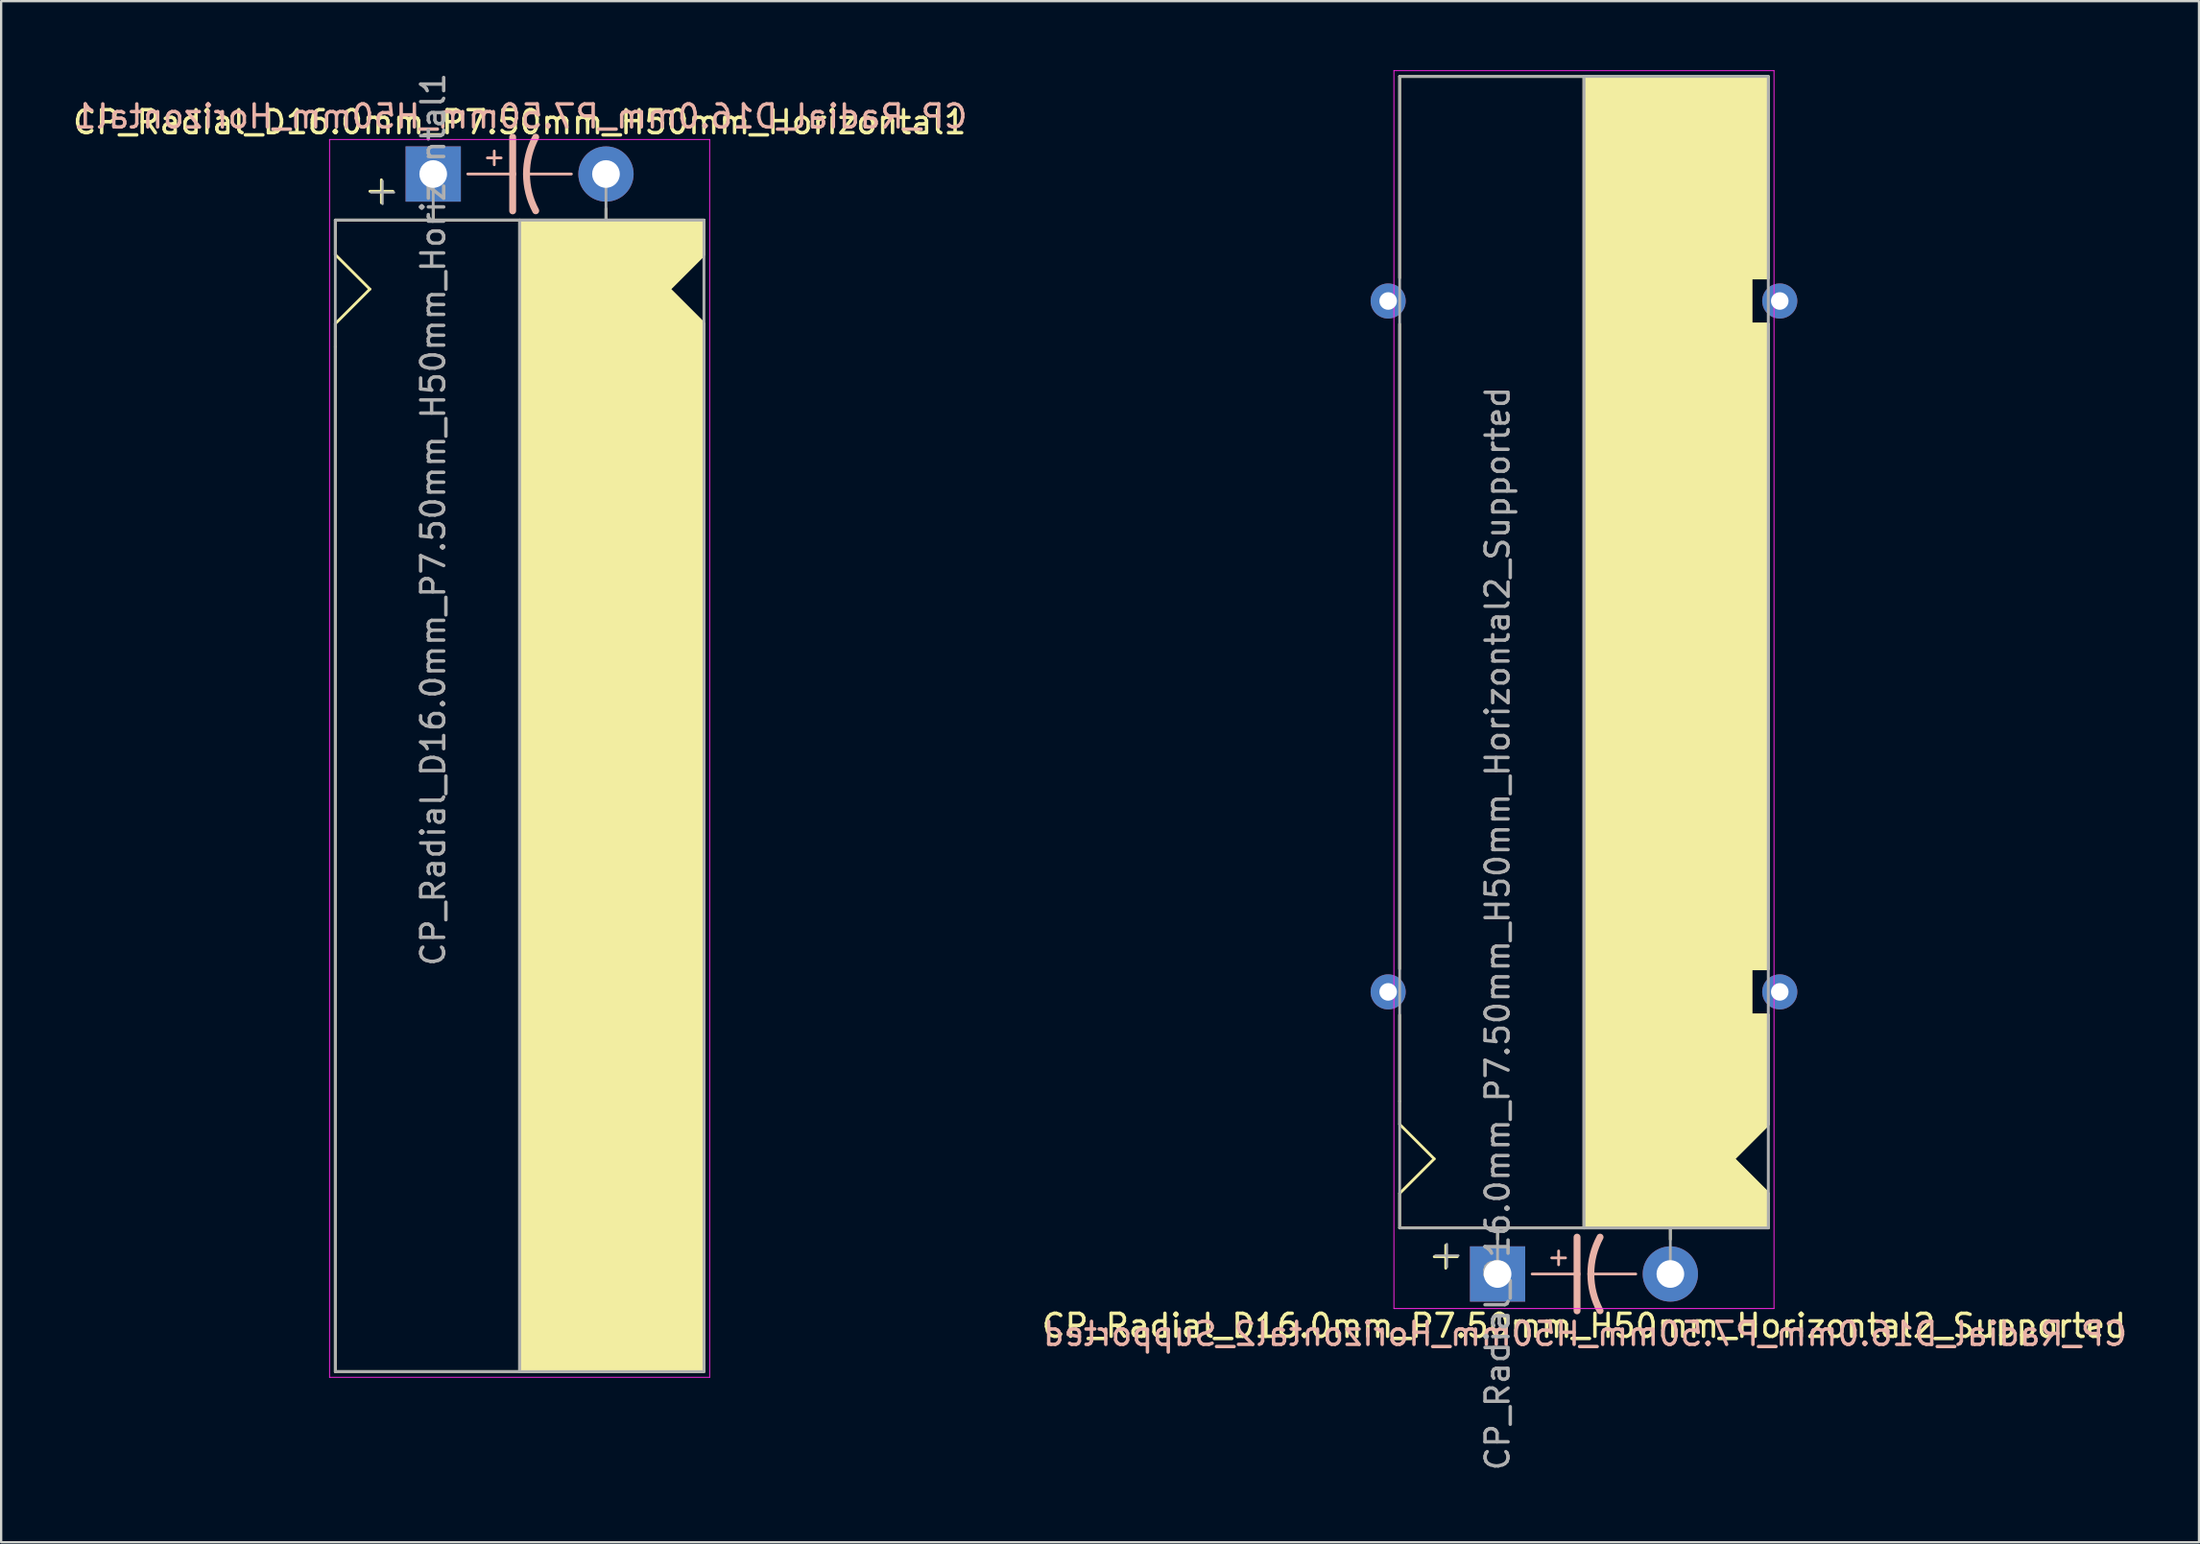
<source format=kicad_pcb>
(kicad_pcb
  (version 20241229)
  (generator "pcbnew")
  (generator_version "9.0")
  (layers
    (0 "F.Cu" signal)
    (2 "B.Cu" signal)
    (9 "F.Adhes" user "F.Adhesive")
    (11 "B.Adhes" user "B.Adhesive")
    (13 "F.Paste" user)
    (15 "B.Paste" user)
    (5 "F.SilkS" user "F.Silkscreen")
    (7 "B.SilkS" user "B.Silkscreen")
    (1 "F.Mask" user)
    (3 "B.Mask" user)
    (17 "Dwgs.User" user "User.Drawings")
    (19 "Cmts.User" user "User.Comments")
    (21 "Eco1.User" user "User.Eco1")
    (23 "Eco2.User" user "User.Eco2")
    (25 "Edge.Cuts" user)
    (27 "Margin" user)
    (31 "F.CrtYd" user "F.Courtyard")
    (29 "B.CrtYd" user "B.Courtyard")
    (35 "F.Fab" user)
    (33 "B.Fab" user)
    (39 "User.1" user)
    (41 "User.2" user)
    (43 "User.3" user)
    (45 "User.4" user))
  (footprint "CP_Radial_D16.0mm_P7.50mm_H50mm_Horizontal2_Supported"
    (layer "F.Cu")
    (at 61.961 52.27)
    (property "Reference" "CP_Radial_D16.0mm_P7.50mm_H50mm_Horizontal2_Supported" (at 3.75 2.25 0) (layer "F.SilkS") (effects (font (size 1 1) (thickness 0.15))))
    (fp_line (start -4.25 -43.25) (end -4.25 -52) (stroke (width 0.12) (type solid)) (layer "F.SilkS"))
    (fp_line (start -4.25 -41.25) (end -4.25 -13.25) (stroke (width 0.12) (type solid)) (layer "F.SilkS"))
    (fp_line (start -4.25 -7.5) (end -4.25 -11.25) (stroke (width 0.12) (type solid)) (layer "F.SilkS"))
    (fp_line (start -4.25 -6.5) (end -4.25 -7.5) (stroke (width 0.12) (type solid)) (layer "F.SilkS"))
    (fp_line (start -4.25 -3.5) (end -2.75 -5) (stroke (width 0.12) (type solid)) (layer "F.SilkS"))
    (fp_line (start -4.25 -2) (end -4.25 -3.5) (stroke (width 0.12) (type solid)) (layer "F.SilkS"))
    (fp_line (start -2.75 -5) (end -4.25 -6.5) (stroke (width 0.12) (type solid)) (layer "F.SilkS"))
    (fp_line (start -2.25 -1.25) (end -2.25 -0.25) (stroke (width 0.12) (type solid)) (layer "F.SilkS"))
    (fp_line (start -1.75 -0.75) (end -2.75 -0.75) (stroke (width 0.12) (type solid)) (layer "F.SilkS"))
    (fp_line (start 0 -1.5) (end 0 -2) (stroke (width 0.12) (type solid)) (layer "F.SilkS"))
    (fp_line (start 3.75 -2) (end -4.25 -2) (stroke (width 0.12) (type solid)) (layer "F.SilkS"))
    (fp_line (start 3.75 -2) (end 3.75 -52) (stroke (width 0.12) (type solid)) (layer "F.SilkS"))
    (fp_line (start 3.75 -2) (end 11.75 -2) (stroke (width 0.12) (type solid)) (layer "F.SilkS"))
    (fp_line (start 7.5 -1.5) (end 7.5 -2) (stroke (width 0.12) (type solid)) (layer "F.SilkS"))
    (fp_line (start 10.25 -5) (end 11.75 -6.5) (stroke (width 0.12) (type solid)) (layer "F.SilkS"))
    (fp_line (start 11 -43.25) (end 11 -41.25) (stroke (width 0.12) (type solid)) (layer "F.SilkS"))
    (fp_line (start 11 -41.25) (end 11.75 -41.25) (stroke (width 0.12) (type solid)) (layer "F.SilkS"))
    (fp_line (start 11 -13.25) (end 11 -11.25) (stroke (width 0.12) (type solid)) (layer "F.SilkS"))
    (fp_line (start 11 -11.25) (end 11.75 -11.25) (stroke (width 0.12) (type solid)) (layer "F.SilkS"))
    (fp_line (start 11.75 -52) (end -4.25 -52) (stroke (width 0.12) (type solid)) (layer "F.SilkS"))
    (fp_line (start 11.75 -52) (end 11.75 -43.25) (stroke (width 0.12) (type solid)) (layer "F.SilkS"))
    (fp_line (start 11.75 -43.25) (end 11 -43.25) (stroke (width 0.12) (type solid)) (layer "F.SilkS"))
    (fp_line (start 11.75 -13.25) (end 11 -13.25) (stroke (width 0.12) (type solid)) (layer "F.SilkS"))
    (fp_line (start 11.75 -13.25) (end 11.75 -41.25) (stroke (width 0.12) (type solid)) (layer "F.SilkS"))
    (fp_line (start 11.75 -11.25) (end 11.75 -6.5) (stroke (width 0.12) (type solid)) (layer "F.SilkS"))
    (fp_line (start 11.75 -3.5) (end 10.25 -5) (stroke (width 0.12) (type solid)) (layer "F.SilkS"))
    (fp_line (start 11.75 -2) (end 11.75 -3.5) (stroke (width 0.12) (type solid)) (layer "F.SilkS"))
    (fp_poly (pts (xy 11.75 -3.5) (xy 10.25 -5) (xy 11.75 -6.5) (xy 11.75 -11.25) (xy 11 -11.25) (xy 11 -13.25) (xy 11.75 -13.25) (xy 11.75 -41.25) (xy 11 -41.25) (xy 11 -43.25) (xy 11.75 -43.25) (xy 11.75 -52) (xy 3.75 -52) (xy 3.75 -2) (xy 11.75 -2)) (stroke (width 0.1) (type solid)) (fill yes) (layer "F.SilkS"))
    (fp_line (start 1.5 0) (end 3.45 0) (stroke (width 0.12) (type solid)) (layer "B.SilkS"))
    (fp_line (start 2.35 -0.7) (end 2.95 -0.7) (stroke (width 0.12) (type solid)) (layer "B.SilkS"))
    (fp_line (start 2.65 -0.4) (end 2.65 -1) (stroke (width 0.12) (type solid)) (layer "B.SilkS"))
    (fp_line (start 3.45 0) (end 3.45 -1.6) (stroke (width 0.3) (type solid)) (layer "B.SilkS"))
    (fp_line (start 3.45 0) (end 3.45 1.6) (stroke (width 0.3) (type solid)) (layer "B.SilkS"))
    (fp_line (start 6 0) (end 4.05 0) (stroke (width 0.12) (type solid)) (layer "B.SilkS"))
    (fp_arc (start 4.05 0) (mid 4.150512 -0.824872) (end 4.45 -1.6) (stroke (width 0.3) (type solid)) (layer "B.SilkS"))
    (fp_arc (start 4.45 1.596157) (mid 4.151652 0.822725) (end 4.05 0) (stroke (width 0.3) (type solid)) (layer "B.SilkS"))
    (fp_line (start -4.5 -52.25) (end -4.5 1.5) (stroke (width 0.04) (type solid)) (layer "F.CrtYd"))
    (fp_line (start -4.5 1.5) (end 12 1.5) (stroke (width 0.04) (type solid)) (layer "F.CrtYd"))
    (fp_line (start 12 -52.25) (end -4.5 -52.25) (stroke (width 0.04) (type solid)) (layer "F.CrtYd"))
    (fp_line (start 12 1.5) (end 12 -52.25) (stroke (width 0.04) (type solid)) (layer "F.CrtYd"))
    (fp_line (start -4.25 -52) (end 11.75 -52) (stroke (width 0.12) (type solid)) (layer "F.Fab"))
    (fp_line (start -4.25 -2) (end -4.25 -52) (stroke (width 0.12) (type solid)) (layer "F.Fab"))
    (fp_line (start -2.7 -0.8) (end -1.7 -0.8) (stroke (width 0.1) (type solid)) (layer "F.Fab"))
    (fp_line (start -2.2 -0.3) (end -2.2 -1.3) (stroke (width 0.1) (type solid)) (layer "F.Fab"))
    (fp_line (start 0 -2) (end -4.25 -2) (stroke (width 0.12) (type solid)) (layer "F.Fab"))
    (fp_line (start 0 0) (end 0 -2) (stroke (width 0.12) (type solid)) (layer "F.Fab"))
    (fp_line (start 3.75 -2) (end 3.75 -52) (stroke (width 0.12) (type solid)) (layer "F.Fab"))
    (fp_line (start 7.5 0) (end 7.5 -2) (stroke (width 0.12) (type solid)) (layer "F.Fab"))
    (fp_line (start 11.75 -52) (end 11.75 -2) (stroke (width 0.12) (type solid)) (layer "F.Fab"))
    (fp_line (start 11.75 -2) (end 0 -2) (stroke (width 0.12) (type solid)) (layer "F.Fab"))
    (fp_poly (pts (xy 11.75 -52) (xy 3.75 -52) (xy 3.75 -2) (xy 11.75 -2)) (stroke (width 0.1) (type solid)) (fill no) (layer "F.Fab"))
    (fp_text user "${REFERENCE}" (at 3.8 2.6 0) (layer "B.SilkS") (effects (font (size 1 1) (thickness 0.15)) (justify mirror)))
    (fp_text user "${REFERENCE}" (at 0 -15 90) (layer "F.Fab") (effects (font (size 1 1) (thickness 0.15))))
    (pad "1" thru_hole rect (at 0 0) (size 2.4 2.4) (drill 1.2) (layers "*.Cu" "*.Mask"))
    (pad "2" thru_hole circle (at 7.5 0) (size 2.4 2.4) (drill 1.2) (layers "*.Cu" "*.Mask"))
    (pad "~" thru_hole circle (at -4.75 -42.25 180) (size 1.524 1.524) (drill 0.762) (layers "*.Cu" "*.Mask"))
    (pad "~" thru_hole circle (at -4.75 -12.25 180) (size 1.524 1.524) (drill 0.762) (layers "*.Cu" "*.Mask"))
    (pad "~" thru_hole circle (at 12.25 -42.25 180) (size 1.524 1.524) (drill 0.762) (layers "*.Cu" "*.Mask"))
    (pad "~" thru_hole circle (at 12.25 -12.25 180) (size 1.524 1.524) (drill 0.762) (layers "*.Cu" "*.Mask")))
  (footprint "CP_Radial_D16.0mm_P7.50mm_H50mm_Horizontal1"
    (layer "F.Cu")
    (at 15.756 4.506)
    (property "Reference" "CP_Radial_D16.0mm_P7.50mm_H50mm_Horizontal1" (at 3.75 -2.25 0) (layer "F.SilkS") (effects (font (size 1 1) (thickness 0.15))))
    (fp_line (start -4.25 2) (end -4.25 3.5) (stroke (width 0.12) (type solid)) (layer "F.SilkS"))
    (fp_line (start -4.25 3.5) (end -2.75 5) (stroke (width 0.12) (type solid)) (layer "F.SilkS"))
    (fp_line (start -4.25 6.5) (end -4.25 7.5) (stroke (width 0.12) (type solid)) (layer "F.SilkS"))
    (fp_line (start -4.25 7.5) (end -4.25 52) (stroke (width 0.12) (type solid)) (layer "F.SilkS"))
    (fp_line (start -2.75 5) (end -4.25 6.5) (stroke (width 0.12) (type solid)) (layer "F.SilkS"))
    (fp_line (start -2.25 0.25) (end -2.25 1.25) (stroke (width 0.12) (type solid)) (layer "F.SilkS"))
    (fp_line (start -1.75 0.75) (end -2.75 0.75) (stroke (width 0.12) (type solid)) (layer "F.SilkS"))
    (fp_line (start 0 1.5) (end 0 2) (stroke (width 0.12) (type solid)) (layer "F.SilkS"))
    (fp_line (start 3.75 2) (end -4.25 2) (stroke (width 0.12) (type solid)) (layer "F.SilkS"))
    (fp_line (start 3.75 2) (end 3.75 52) (stroke (width 0.12) (type solid)) (layer "F.SilkS"))
    (fp_line (start 3.75 2) (end 11.75 2) (stroke (width 0.12) (type solid)) (layer "F.SilkS"))
    (fp_line (start 7.5 1.5) (end 7.5 2) (stroke (width 0.12) (type solid)) (layer "F.SilkS"))
    (fp_line (start 10.25 5) (end 11.75 6.5) (stroke (width 0.12) (type solid)) (layer "F.SilkS"))
    (fp_line (start 11.75 2) (end 11.75 3.5) (stroke (width 0.12) (type solid)) (layer "F.SilkS"))
    (fp_line (start 11.75 3.5) (end 10.25 5) (stroke (width 0.12) (type solid)) (layer "F.SilkS"))
    (fp_line (start 11.75 52) (end -4.25 52) (stroke (width 0.12) (type solid)) (layer "F.SilkS"))
    (fp_line (start 11.75 52) (end 11.75 6.5) (stroke (width 0.12) (type solid)) (layer "F.SilkS"))
    (fp_poly (pts (xy 11.75 3.5) (xy 10.25 5) (xy 11.75 6.5) (xy 11.75 52) (xy 3.75 52) (xy 3.75 2) (xy 11.75 2)) (stroke (width 0.1) (type solid)) (fill yes) (layer "F.SilkS"))
    (fp_line (start 1.5 0) (end 3.45 0) (stroke (width 0.12) (type solid)) (layer "B.SilkS"))
    (fp_line (start 2.35 -0.7) (end 2.95 -0.7) (stroke (width 0.12) (type solid)) (layer "B.SilkS"))
    (fp_line (start 2.65 -0.4) (end 2.65 -1) (stroke (width 0.12) (type solid)) (layer "B.SilkS"))
    (fp_line (start 3.45 0) (end 3.45 -1.6) (stroke (width 0.3) (type solid)) (layer "B.SilkS"))
    (fp_line (start 3.45 0) (end 3.45 1.6) (stroke (width 0.3) (type solid)) (layer "B.SilkS"))
    (fp_line (start 6 0) (end 4.05 0) (stroke (width 0.12) (type solid)) (layer "B.SilkS"))
    (fp_arc (start 4.05 0) (mid 4.150512 -0.824872) (end 4.45 -1.6) (stroke (width 0.3) (type solid)) (layer "B.SilkS"))
    (fp_arc (start 4.45 1.596157) (mid 4.151652 0.822725) (end 4.05 0) (stroke (width 0.3) (type solid)) (layer "B.SilkS"))
    (fp_line (start -4.5 -1.5) (end 12 -1.5) (stroke (width 0.04) (type solid)) (layer "F.CrtYd"))
    (fp_line (start -4.5 52.25) (end -4.5 -1.5) (stroke (width 0.04) (type solid)) (layer "F.CrtYd"))
    (fp_line (start 12 -1.5) (end 12 52.25) (stroke (width 0.04) (type solid)) (layer "F.CrtYd"))
    (fp_line (start 12 52.25) (end -4.5 52.25) (stroke (width 0.04) (type solid)) (layer "F.CrtYd"))
    (fp_line (start -4.25 2) (end -4.25 52) (stroke (width 0.12) (type solid)) (layer "F.Fab"))
    (fp_line (start -4.25 52) (end 11.75 52) (stroke (width 0.12) (type solid)) (layer "F.Fab"))
    (fp_line (start -2.7 0.8) (end -1.7 0.8) (stroke (width 0.1) (type solid)) (layer "F.Fab"))
    (fp_line (start -2.2 1.3) (end -2.2 0.3) (stroke (width 0.1) (type solid)) (layer "F.Fab"))
    (fp_line (start 0 0) (end 0 2) (stroke (width 0.12) (type solid)) (layer "F.Fab"))
    (fp_line (start 0 2) (end -4.25 2) (stroke (width 0.12) (type solid)) (layer "F.Fab"))
    (fp_line (start 3.75 2) (end 3.75 52) (stroke (width 0.12) (type solid)) (layer "F.Fab"))
    (fp_line (start 7.5 0) (end 7.5 2) (stroke (width 0.12) (type solid)) (layer "F.Fab"))
    (fp_line (start 11.75 2) (end 0 2) (stroke (width 0.12) (type solid)) (layer "F.Fab"))
    (fp_line (start 11.75 52) (end 11.75 2) (stroke (width 0.12) (type solid)) (layer "F.Fab"))
    (fp_poly (pts (xy 11.75 52) (xy 3.75 52) (xy 3.75 2) (xy 11.75 2)) (stroke (width 0.1) (type solid)) (fill no) (layer "F.Fab"))
    (fp_text user "${REFERENCE}" (at 3.8 -2.5 0) (layer "B.SilkS") (effects (font (size 1 1) (thickness 0.15)) (justify mirror)))
    (fp_text user "${REFERENCE}" (at 0 15 90) (layer "F.Fab") (effects (font (size 1 1) (thickness 0.15))))
    (pad "1" thru_hole rect (at 0 0) (size 2.4 2.4) (drill 1.2) (layers "*.Cu" "*.Mask"))
    (pad "2" thru_hole circle (at 7.5 0) (size 2.4 2.4) (drill 1.2) (layers "*.Cu" "*.Mask")))
  (gr_rect
    (start -3 -3)
    (end 92.41 63.919)
    (stroke (width 0.1) (type default))
    (fill no)
    (layer "Edge.Cuts")))
</source>
